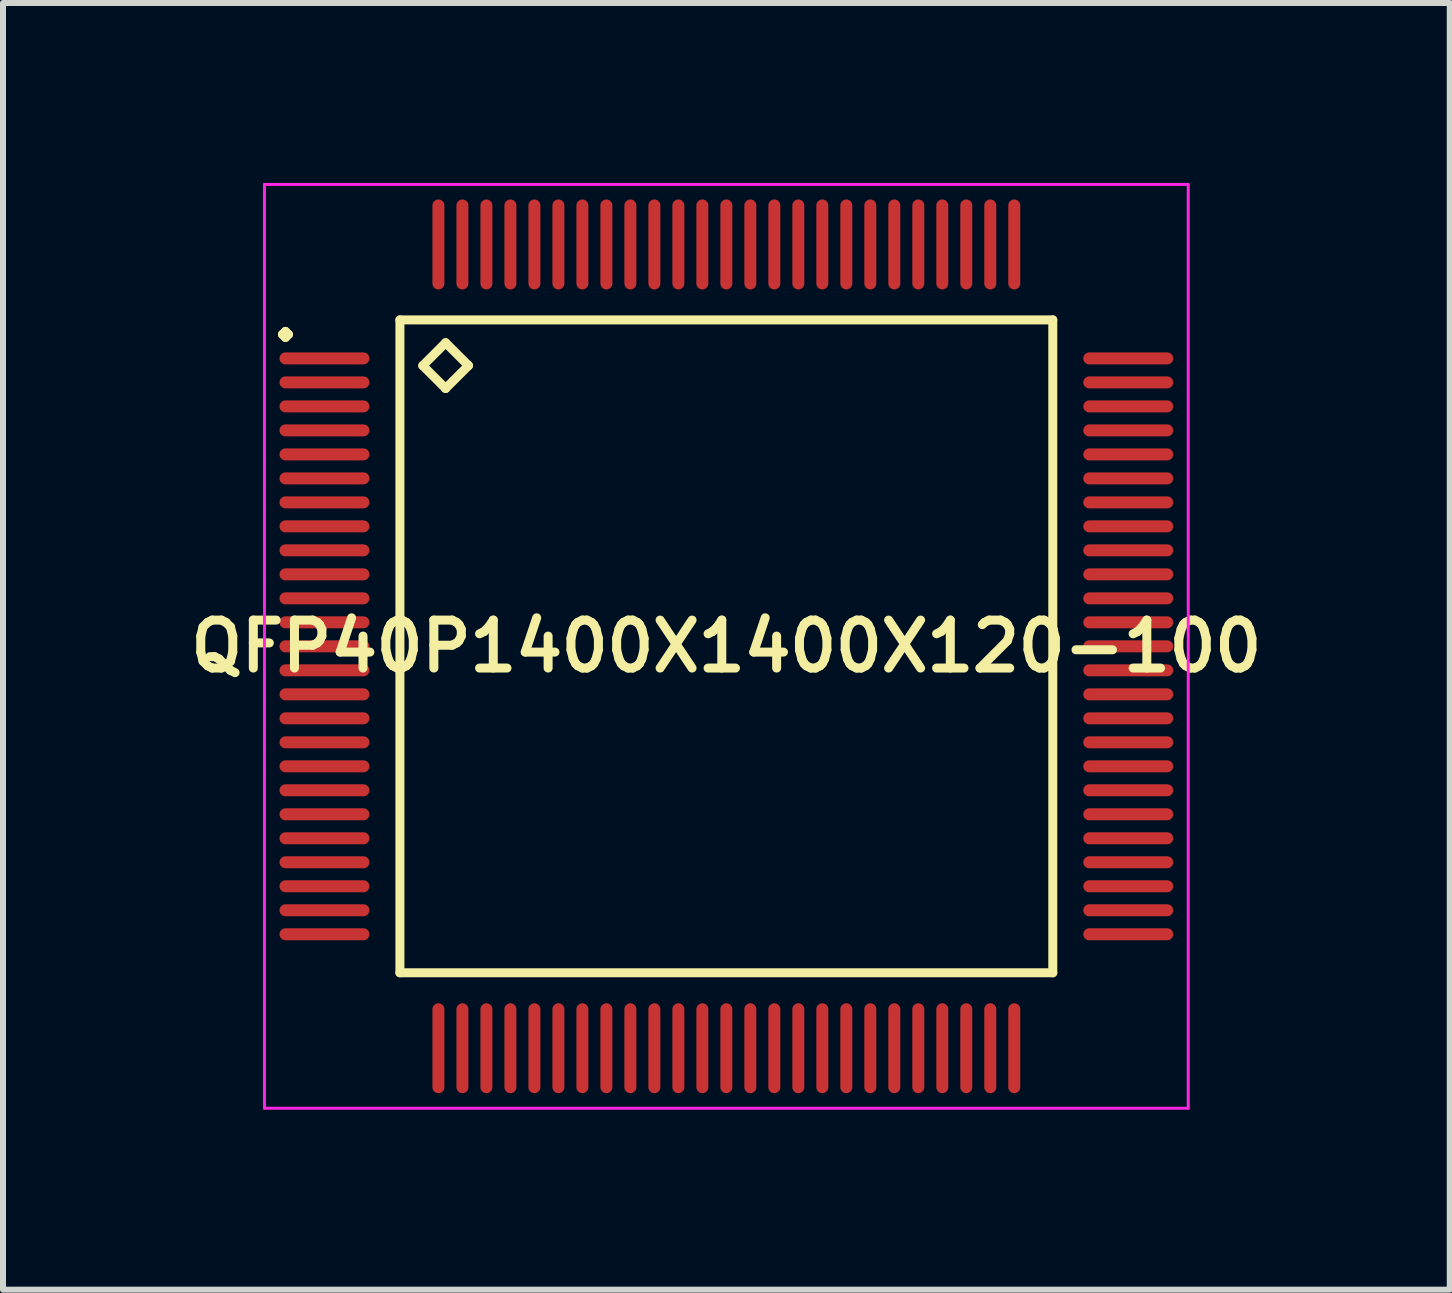
<source format=kicad_pcb>
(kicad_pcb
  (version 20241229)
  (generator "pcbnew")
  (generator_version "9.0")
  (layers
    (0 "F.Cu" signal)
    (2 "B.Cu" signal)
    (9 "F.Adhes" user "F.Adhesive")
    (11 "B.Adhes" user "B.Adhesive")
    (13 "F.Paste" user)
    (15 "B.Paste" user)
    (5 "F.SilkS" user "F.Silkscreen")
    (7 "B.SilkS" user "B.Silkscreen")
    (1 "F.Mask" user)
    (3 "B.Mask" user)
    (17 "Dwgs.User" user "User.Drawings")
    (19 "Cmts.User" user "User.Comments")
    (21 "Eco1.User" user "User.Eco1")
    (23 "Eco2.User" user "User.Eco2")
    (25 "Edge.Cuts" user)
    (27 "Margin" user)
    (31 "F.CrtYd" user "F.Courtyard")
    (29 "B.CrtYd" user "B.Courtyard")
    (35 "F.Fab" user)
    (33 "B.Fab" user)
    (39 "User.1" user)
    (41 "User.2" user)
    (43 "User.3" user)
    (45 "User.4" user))
  (footprint "QFP40P1400X1400X120-100"
    (layer "F.Cu")
    (at 9.059 7.725)
    (property "Reference" "QFP40P1400X1400X120-100" (at 0 0 0) (layer "F.SilkS") (effects (font (size 0.8 0.8) (thickness 0.15))))
    (attr smd)
    (fp_line (start -7.4 -5.2) (end -7.35 -5.25) (stroke (width 0.15) (type solid)) (layer "F.SilkS"))
    (fp_line (start -7.35 -5.25) (end -7.3 -5.2) (stroke (width 0.15) (type solid)) (layer "F.SilkS"))
    (fp_line (start -7.35 -5.15) (end -7.4 -5.2) (stroke (width 0.15) (type solid)) (layer "F.SilkS"))
    (fp_line (start -7.3 -5.2) (end -7.35 -5.15) (stroke (width 0.15) (type solid)) (layer "F.SilkS"))
    (fp_line (start -5.442 -5.442) (end -5.442 5.442) (stroke (width 0.15) (type solid)) (layer "F.SilkS"))
    (fp_line (start -5.442 5.442) (end 5.442 5.442) (stroke (width 0.15) (type solid)) (layer "F.SilkS"))
    (fp_line (start -5.061 -4.68) (end -4.68 -5.061) (stroke (width 0.15) (type solid)) (layer "F.SilkS"))
    (fp_line (start -4.68 -5.061) (end -4.299 -4.68) (stroke (width 0.15) (type solid)) (layer "F.SilkS"))
    (fp_line (start -4.68 -4.299) (end -5.061 -4.68) (stroke (width 0.15) (type solid)) (layer "F.SilkS"))
    (fp_line (start -4.299 -4.68) (end -4.68 -4.299) (stroke (width 0.15) (type solid)) (layer "F.SilkS"))
    (fp_line (start 5.442 -5.442) (end -5.442 -5.442) (stroke (width 0.15) (type solid)) (layer "F.SilkS"))
    (fp_line (start 5.442 5.442) (end 5.442 -5.442) (stroke (width 0.15) (type solid)) (layer "F.SilkS"))
    (fp_line (start -7.7 -7.7) (end 7.7 -7.7) (stroke (width 0.05) (type solid)) (layer "F.CrtYd"))
    (fp_line (start -7.7 7.7) (end -7.7 -7.7) (stroke (width 0.05) (type solid)) (layer "F.CrtYd"))
    (fp_line (start 7.7 -7.7) (end 7.7 7.7) (stroke (width 0.05) (type solid)) (layer "F.CrtYd"))
    (fp_line (start 7.7 7.7) (end -7.7 7.7) (stroke (width 0.05) (type solid)) (layer "F.CrtYd"))
    (pad "1" smd oval (at -6.7 -4.8) (size 1.5 0.2) (layers "F.Cu" "F.Mask" "F.Paste"))
    (pad "2" smd oval (at -6.7 -4.4) (size 1.5 0.2) (layers "F.Cu" "F.Mask" "F.Paste"))
    (pad "3" smd oval (at -6.7 -4) (size 1.5 0.2) (layers "F.Cu" "F.Mask" "F.Paste"))
    (pad "4" smd oval (at -6.7 -3.6) (size 1.5 0.2) (layers "F.Cu" "F.Mask" "F.Paste"))
    (pad "5" smd oval (at -6.7 -3.2) (size 1.5 0.2) (layers "F.Cu" "F.Mask" "F.Paste"))
    (pad "6" smd oval (at -6.7 -2.8) (size 1.5 0.2) (layers "F.Cu" "F.Mask" "F.Paste"))
    (pad "7" smd oval (at -6.7 -2.4) (size 1.5 0.2) (layers "F.Cu" "F.Mask" "F.Paste"))
    (pad "8" smd oval (at -6.7 -2) (size 1.5 0.2) (layers "F.Cu" "F.Mask" "F.Paste"))
    (pad "9" smd oval (at -6.7 -1.6) (size 1.5 0.2) (layers "F.Cu" "F.Mask" "F.Paste"))
    (pad "10" smd oval (at -6.7 -1.2) (size 1.5 0.2) (layers "F.Cu" "F.Mask" "F.Paste"))
    (pad "11" smd oval (at -6.7 -0.8) (size 1.5 0.2) (layers "F.Cu" "F.Mask" "F.Paste"))
    (pad "12" smd oval (at -6.7 -0.4) (size 1.5 0.2) (layers "F.Cu" "F.Mask" "F.Paste"))
    (pad "13" smd oval (at -6.7 0) (size 1.5 0.2) (layers "F.Cu" "F.Mask" "F.Paste"))
    (pad "14" smd oval (at -6.7 0.4) (size 1.5 0.2) (layers "F.Cu" "F.Mask" "F.Paste"))
    (pad "15" smd oval (at -6.7 0.8) (size 1.5 0.2) (layers "F.Cu" "F.Mask" "F.Paste"))
    (pad "16" smd oval (at -6.7 1.2) (size 1.5 0.2) (layers "F.Cu" "F.Mask" "F.Paste"))
    (pad "17" smd oval (at -6.7 1.6) (size 1.5 0.2) (layers "F.Cu" "F.Mask" "F.Paste"))
    (pad "18" smd oval (at -6.7 2) (size 1.5 0.2) (layers "F.Cu" "F.Mask" "F.Paste"))
    (pad "19" smd oval (at -6.7 2.4) (size 1.5 0.2) (layers "F.Cu" "F.Mask" "F.Paste"))
    (pad "20" smd oval (at -6.7 2.8) (size 1.5 0.2) (layers "F.Cu" "F.Mask" "F.Paste"))
    (pad "21" smd oval (at -6.7 3.2) (size 1.5 0.2) (layers "F.Cu" "F.Mask" "F.Paste"))
    (pad "22" smd oval (at -6.7 3.6) (size 1.5 0.2) (layers "F.Cu" "F.Mask" "F.Paste"))
    (pad "23" smd oval (at -6.7 4) (size 1.5 0.2) (layers "F.Cu" "F.Mask" "F.Paste"))
    (pad "24" smd oval (at -6.7 4.4) (size 1.5 0.2) (layers "F.Cu" "F.Mask" "F.Paste"))
    (pad "25" smd oval (at -6.7 4.8) (size 1.5 0.2) (layers "F.Cu" "F.Mask" "F.Paste"))
    (pad "26" smd oval (at -4.8 6.7) (size 0.2 1.5) (layers "F.Cu" "F.Mask" "F.Paste"))
    (pad "27" smd oval (at -4.4 6.7) (size 0.2 1.5) (layers "F.Cu" "F.Mask" "F.Paste"))
    (pad "28" smd oval (at -4 6.7) (size 0.2 1.5) (layers "F.Cu" "F.Mask" "F.Paste"))
    (pad "29" smd oval (at -3.6 6.7) (size 0.2 1.5) (layers "F.Cu" "F.Mask" "F.Paste"))
    (pad "30" smd oval (at -3.2 6.7) (size 0.2 1.5) (layers "F.Cu" "F.Mask" "F.Paste"))
    (pad "31" smd oval (at -2.8 6.7) (size 0.2 1.5) (layers "F.Cu" "F.Mask" "F.Paste"))
    (pad "32" smd oval (at -2.4 6.7) (size 0.2 1.5) (layers "F.Cu" "F.Mask" "F.Paste"))
    (pad "33" smd oval (at -2 6.7) (size 0.2 1.5) (layers "F.Cu" "F.Mask" "F.Paste"))
    (pad "34" smd oval (at -1.6 6.7) (size 0.2 1.5) (layers "F.Cu" "F.Mask" "F.Paste"))
    (pad "35" smd oval (at -1.2 6.7) (size 0.2 1.5) (layers "F.Cu" "F.Mask" "F.Paste"))
    (pad "36" smd oval (at -0.8 6.7) (size 0.2 1.5) (layers "F.Cu" "F.Mask" "F.Paste"))
    (pad "37" smd oval (at -0.4 6.7) (size 0.2 1.5) (layers "F.Cu" "F.Mask" "F.Paste"))
    (pad "38" smd oval (at 0 6.7) (size 0.2 1.5) (layers "F.Cu" "F.Mask" "F.Paste"))
    (pad "39" smd oval (at 0.4 6.7) (size 0.2 1.5) (layers "F.Cu" "F.Mask" "F.Paste"))
    (pad "40" smd oval (at 0.8 6.7) (size 0.2 1.5) (layers "F.Cu" "F.Mask" "F.Paste"))
    (pad "41" smd oval (at 1.2 6.7) (size 0.2 1.5) (layers "F.Cu" "F.Mask" "F.Paste"))
    (pad "42" smd oval (at 1.6 6.7) (size 0.2 1.5) (layers "F.Cu" "F.Mask" "F.Paste"))
    (pad "43" smd oval (at 2 6.7) (size 0.2 1.5) (layers "F.Cu" "F.Mask" "F.Paste"))
    (pad "44" smd oval (at 2.4 6.7) (size 0.2 1.5) (layers "F.Cu" "F.Mask" "F.Paste"))
    (pad "45" smd oval (at 2.8 6.7) (size 0.2 1.5) (layers "F.Cu" "F.Mask" "F.Paste"))
    (pad "46" smd oval (at 3.2 6.7) (size 0.2 1.5) (layers "F.Cu" "F.Mask" "F.Paste"))
    (pad "47" smd oval (at 3.6 6.7) (size 0.2 1.5) (layers "F.Cu" "F.Mask" "F.Paste"))
    (pad "48" smd oval (at 4 6.7) (size 0.2 1.5) (layers "F.Cu" "F.Mask" "F.Paste"))
    (pad "49" smd oval (at 4.4 6.7) (size 0.2 1.5) (layers "F.Cu" "F.Mask" "F.Paste"))
    (pad "50" smd oval (at 4.8 6.7) (size 0.2 1.5) (layers "F.Cu" "F.Mask" "F.Paste"))
    (pad "51" smd oval (at 6.7 4.8) (size 1.5 0.2) (layers "F.Cu" "F.Mask" "F.Paste"))
    (pad "52" smd oval (at 6.7 4.4) (size 1.5 0.2) (layers "F.Cu" "F.Mask" "F.Paste"))
    (pad "53" smd oval (at 6.7 4) (size 1.5 0.2) (layers "F.Cu" "F.Mask" "F.Paste"))
    (pad "54" smd oval (at 6.7 3.6) (size 1.5 0.2) (layers "F.Cu" "F.Mask" "F.Paste"))
    (pad "55" smd oval (at 6.7 3.2) (size 1.5 0.2) (layers "F.Cu" "F.Mask" "F.Paste"))
    (pad "56" smd oval (at 6.7 2.8) (size 1.5 0.2) (layers "F.Cu" "F.Mask" "F.Paste"))
    (pad "57" smd oval (at 6.7 2.4) (size 1.5 0.2) (layers "F.Cu" "F.Mask" "F.Paste"))
    (pad "58" smd oval (at 6.7 2) (size 1.5 0.2) (layers "F.Cu" "F.Mask" "F.Paste"))
    (pad "59" smd oval (at 6.7 1.6) (size 1.5 0.2) (layers "F.Cu" "F.Mask" "F.Paste"))
    (pad "60" smd oval (at 6.7 1.2) (size 1.5 0.2) (layers "F.Cu" "F.Mask" "F.Paste"))
    (pad "61" smd oval (at 6.7 0.8) (size 1.5 0.2) (layers "F.Cu" "F.Mask" "F.Paste"))
    (pad "62" smd oval (at 6.7 0.4) (size 1.5 0.2) (layers "F.Cu" "F.Mask" "F.Paste"))
    (pad "63" smd oval (at 6.7 0) (size 1.5 0.2) (layers "F.Cu" "F.Mask" "F.Paste"))
    (pad "64" smd oval (at 6.7 -0.4) (size 1.5 0.2) (layers "F.Cu" "F.Mask" "F.Paste"))
    (pad "65" smd oval (at 6.7 -0.8) (size 1.5 0.2) (layers "F.Cu" "F.Mask" "F.Paste"))
    (pad "66" smd oval (at 6.7 -1.2) (size 1.5 0.2) (layers "F.Cu" "F.Mask" "F.Paste"))
    (pad "67" smd oval (at 6.7 -1.6) (size 1.5 0.2) (layers "F.Cu" "F.Mask" "F.Paste"))
    (pad "68" smd oval (at 6.7 -2) (size 1.5 0.2) (layers "F.Cu" "F.Mask" "F.Paste"))
    (pad "69" smd oval (at 6.7 -2.4) (size 1.5 0.2) (layers "F.Cu" "F.Mask" "F.Paste"))
    (pad "70" smd oval (at 6.7 -2.8) (size 1.5 0.2) (layers "F.Cu" "F.Mask" "F.Paste"))
    (pad "71" smd oval (at 6.7 -3.2) (size 1.5 0.2) (layers "F.Cu" "F.Mask" "F.Paste"))
    (pad "72" smd oval (at 6.7 -3.6) (size 1.5 0.2) (layers "F.Cu" "F.Mask" "F.Paste"))
    (pad "73" smd oval (at 6.7 -4) (size 1.5 0.2) (layers "F.Cu" "F.Mask" "F.Paste"))
    (pad "74" smd oval (at 6.7 -4.4) (size 1.5 0.2) (layers "F.Cu" "F.Mask" "F.Paste"))
    (pad "75" smd oval (at 6.7 -4.8) (size 1.5 0.2) (layers "F.Cu" "F.Mask" "F.Paste"))
    (pad "76" smd oval (at 4.8 -6.7) (size 0.2 1.5) (layers "F.Cu" "F.Mask" "F.Paste"))
    (pad "77" smd oval (at 4.4 -6.7) (size 0.2 1.5) (layers "F.Cu" "F.Mask" "F.Paste"))
    (pad "78" smd oval (at 4 -6.7) (size 0.2 1.5) (layers "F.Cu" "F.Mask" "F.Paste"))
    (pad "79" smd oval (at 3.6 -6.7) (size 0.2 1.5) (layers "F.Cu" "F.Mask" "F.Paste"))
    (pad "80" smd oval (at 3.2 -6.7) (size 0.2 1.5) (layers "F.Cu" "F.Mask" "F.Paste"))
    (pad "81" smd oval (at 2.8 -6.7) (size 0.2 1.5) (layers "F.Cu" "F.Mask" "F.Paste"))
    (pad "82" smd oval (at 2.4 -6.7) (size 0.2 1.5) (layers "F.Cu" "F.Mask" "F.Paste"))
    (pad "83" smd oval (at 2 -6.7) (size 0.2 1.5) (layers "F.Cu" "F.Mask" "F.Paste"))
    (pad "84" smd oval (at 1.6 -6.7) (size 0.2 1.5) (layers "F.Cu" "F.Mask" "F.Paste"))
    (pad "85" smd oval (at 1.2 -6.7) (size 0.2 1.5) (layers "F.Cu" "F.Mask" "F.Paste"))
    (pad "86" smd oval (at 0.8 -6.7) (size 0.2 1.5) (layers "F.Cu" "F.Mask" "F.Paste"))
    (pad "87" smd oval (at 0.4 -6.7) (size 0.2 1.5) (layers "F.Cu" "F.Mask" "F.Paste"))
    (pad "88" smd oval (at 0 -6.7) (size 0.2 1.5) (layers "F.Cu" "F.Mask" "F.Paste"))
    (pad "89" smd oval (at -0.4 -6.7) (size 0.2 1.5) (layers "F.Cu" "F.Mask" "F.Paste"))
    (pad "90" smd oval (at -0.8 -6.7) (size 0.2 1.5) (layers "F.Cu" "F.Mask" "F.Paste"))
    (pad "91" smd oval (at -1.2 -6.7) (size 0.2 1.5) (layers "F.Cu" "F.Mask" "F.Paste"))
    (pad "92" smd oval (at -1.6 -6.7) (size 0.2 1.5) (layers "F.Cu" "F.Mask" "F.Paste"))
    (pad "93" smd oval (at -2 -6.7) (size 0.2 1.5) (layers "F.Cu" "F.Mask" "F.Paste"))
    (pad "94" smd oval (at -2.4 -6.7) (size 0.2 1.5) (layers "F.Cu" "F.Mask" "F.Paste"))
    (pad "95" smd oval (at -2.8 -6.7) (size 0.2 1.5) (layers "F.Cu" "F.Mask" "F.Paste"))
    (pad "96" smd oval (at -3.2 -6.7) (size 0.2 1.5) (layers "F.Cu" "F.Mask" "F.Paste"))
    (pad "97" smd oval (at -3.6 -6.7) (size 0.2 1.5) (layers "F.Cu" "F.Mask" "F.Paste"))
    (pad "98" smd oval (at -4 -6.7) (size 0.2 1.5) (layers "F.Cu" "F.Mask" "F.Paste"))
    (pad "99" smd oval (at -4.4 -6.7) (size 0.2 1.5) (layers "F.Cu" "F.Mask" "F.Paste"))
    (pad "100" smd oval (at -4.8 -6.7) (size 0.2 1.5) (layers "F.Cu" "F.Mask" "F.Paste")))
  (gr_rect
    (start -3 -3)
    (end 21.119 18.45)
    (stroke (width 0.1) (type default))
    (fill no)
    (layer "Edge.Cuts")))
</source>
